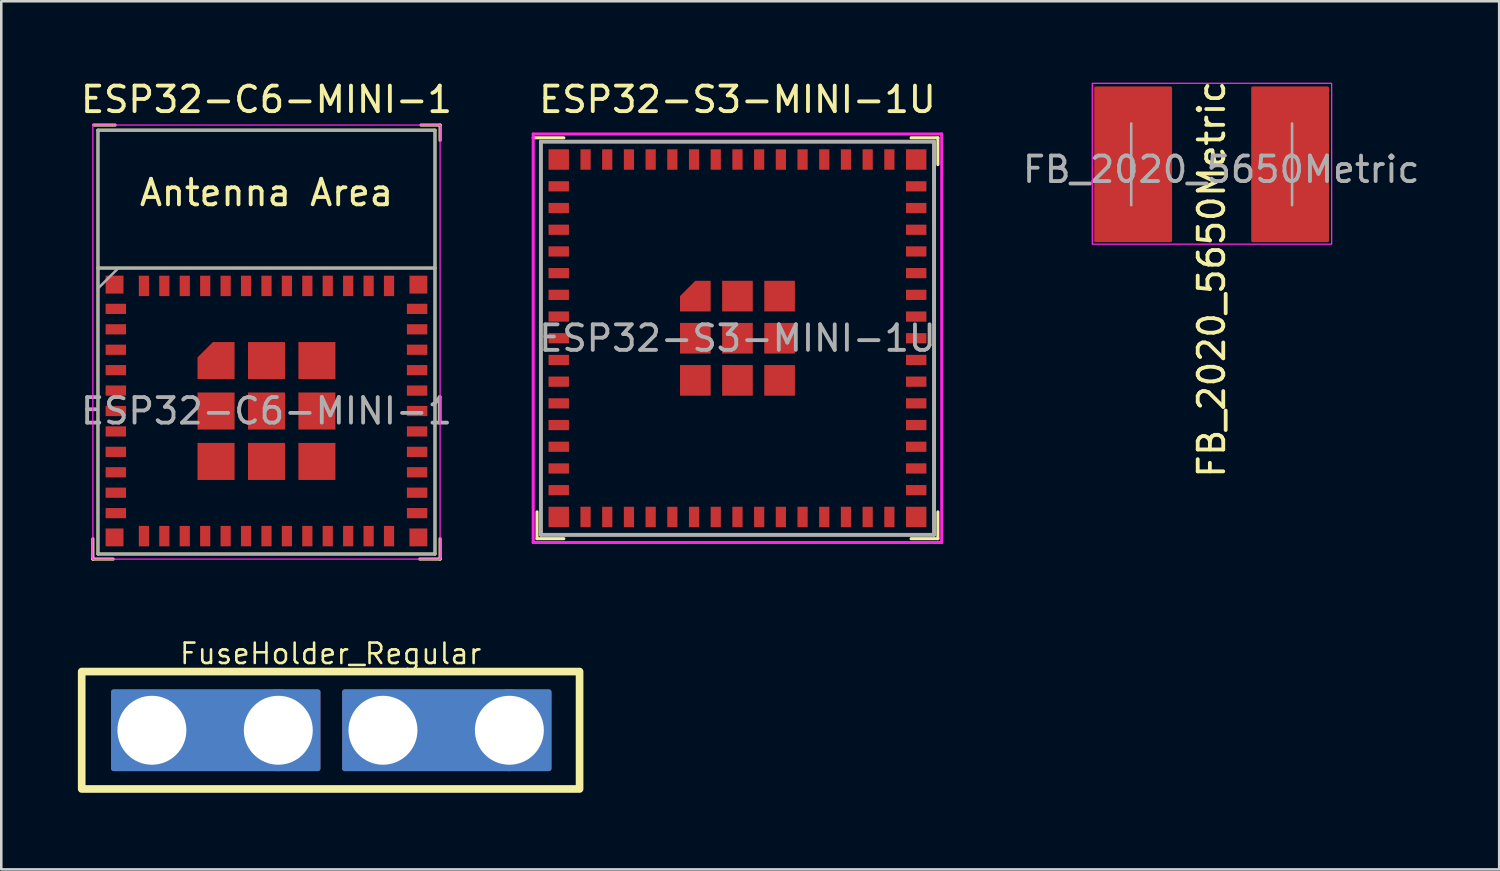
<source format=kicad_pcb>
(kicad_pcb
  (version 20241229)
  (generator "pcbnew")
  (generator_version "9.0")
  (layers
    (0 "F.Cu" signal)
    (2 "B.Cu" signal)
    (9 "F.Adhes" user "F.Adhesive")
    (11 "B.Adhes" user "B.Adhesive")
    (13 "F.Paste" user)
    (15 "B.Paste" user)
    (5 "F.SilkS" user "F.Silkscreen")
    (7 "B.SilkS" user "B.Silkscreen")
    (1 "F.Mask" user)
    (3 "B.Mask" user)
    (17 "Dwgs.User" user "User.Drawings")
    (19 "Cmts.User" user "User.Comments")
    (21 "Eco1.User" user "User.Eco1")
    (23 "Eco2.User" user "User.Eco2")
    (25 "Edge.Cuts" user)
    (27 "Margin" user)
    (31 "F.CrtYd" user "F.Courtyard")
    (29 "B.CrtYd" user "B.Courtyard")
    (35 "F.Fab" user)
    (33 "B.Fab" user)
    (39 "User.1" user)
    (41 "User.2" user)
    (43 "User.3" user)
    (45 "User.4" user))
  (footprint "ESP32-C6-MINI-1"
    (layer "F.Cu")
    (at 7.387 10.348)
    (property "Reference" "ESP32-C6-MINI-1" (at 0 -9.5 0) (layer "F.SilkS") (effects (font (size 1 1) (thickness 0.15))))
    (attr smd)
    (fp_line (start -6.8 7.7) (end -6.8 8.5) (stroke (width 0.12) (type solid)) (layer "F.SilkS"))
    (fp_line (start -6.8 8.5) (end -6 8.5) (stroke (width 0.12) (type solid)) (layer "F.SilkS"))
    (fp_line (start -6.6 -8.3) (end 6.6 -8.3) (stroke (width 0.12) (type solid)) (layer "F.SilkS"))
    (fp_line (start -6.6 -2.9) (end 6.6 -2.9) (stroke (width 0.12) (type solid)) (layer "F.SilkS"))
    (fp_line (start -6.6 8.3) (end -6.6 -8.3) (stroke (width 0.12) (type solid)) (layer "F.SilkS"))
    (fp_line (start -5.925 -8.5) (end -6.775 -8.5) (stroke (width 0.12) (type solid)) (layer "F.SilkS"))
    (fp_line (start 6.05 -8.5) (end 6.8 -8.5) (stroke (width 0.12) (type solid)) (layer "F.SilkS"))
    (fp_line (start 6.6 -8.3) (end 6.6 8.3) (stroke (width 0.12) (type solid)) (layer "F.SilkS"))
    (fp_line (start 6.6 8.3) (end -6.6 8.3) (stroke (width 0.12) (type solid)) (layer "F.SilkS"))
    (fp_line (start 6.8 -8.5) (end 6.8 -7.9) (stroke (width 0.12) (type solid)) (layer "F.SilkS"))
    (fp_line (start 6.8 7.7) (end 6.8 8.5) (stroke (width 0.12) (type solid)) (layer "F.SilkS"))
    (fp_line (start 6.8 8.5) (end 6 8.5) (stroke (width 0.12) (type solid)) (layer "F.SilkS"))
    (fp_line (start -6.8 -8.5) (end 6.8 -8.5) (stroke (width 0.05) (type solid)) (layer "F.CrtYd"))
    (fp_line (start -6.8 8.5) (end -6.8 -8.5) (stroke (width 0.05) (type solid)) (layer "F.CrtYd"))
    (fp_line (start 6.8 -8.5) (end 6.8 8.5) (stroke (width 0.05) (type solid)) (layer "F.CrtYd"))
    (fp_line (start 6.8 8.5) (end -6.8 8.5) (stroke (width 0.05) (type solid)) (layer "F.CrtYd"))
    (fp_line (start -6.6 8.3) (end -6.6 -8.3) (stroke (width 0.1) (type solid)) (layer "F.Fab"))
    (fp_line (start -6.6 8.3) (end 6.6 8.3) (stroke (width 0.1) (type solid)) (layer "F.Fab"))
    (fp_line (start -5.8 -2.9) (end -6.6 -2.1) (stroke (width 0.1) (type solid)) (layer "F.Fab"))
    (fp_line (start 6.6 -8.3) (end -6.6 -8.3) (stroke (width 0.1) (type solid)) (layer "F.Fab"))
    (fp_line (start 6.6 -2.9) (end -6.6 -2.9) (stroke (width 0.1) (type solid)) (layer "F.Fab"))
    (fp_line (start 6.6 8.3) (end 6.6 -8.3) (stroke (width 0.1) (type solid)) (layer "F.Fab"))
    (fp_text user "Antenna Area" (at 0 -5.85 0) (layer "F.SilkS") (effects (font (size 1 1) (thickness 0.15))))
    (fp_text user "${REFERENCE}" (at 0 2.7 0) (layer "F.Fab") (effects (font (size 1 1) (thickness 0.15))))
    (pad "1" smd rect (at -5.9 -1.3 90) (size 0.4 0.8) (layers "F.Cu" "F.Mask" "F.Paste"))
    (pad "2" smd rect (at -5.9 -0.5 90) (size 0.4 0.8) (layers "F.Cu" "F.Mask" "F.Paste"))
    (pad "3" smd rect (at -5.9 0.3 90) (size 0.4 0.8) (layers "F.Cu" "F.Mask" "F.Paste"))
    (pad "4" smd rect (at -5.9 1.1 90) (size 0.4 0.8) (layers "F.Cu" "F.Mask" "F.Paste"))
    (pad "5" smd rect (at -5.9 1.9 90) (size 0.4 0.8) (layers "F.Cu" "F.Mask" "F.Paste"))
    (pad "6" smd rect (at -5.9 2.7 90) (size 0.4 0.8) (layers "F.Cu" "F.Mask" "F.Paste"))
    (pad "7" smd rect (at -5.9 3.5 90) (size 0.4 0.8) (layers "F.Cu" "F.Mask" "F.Paste"))
    (pad "8" smd rect (at -5.9 4.3 90) (size 0.4 0.8) (layers "F.Cu" "F.Mask" "F.Paste"))
    (pad "9" smd rect (at -5.9 5.1 90) (size 0.4 0.8) (layers "F.Cu" "F.Mask" "F.Paste"))
    (pad "10" smd rect (at -5.9 5.9 90) (size 0.4 0.8) (layers "F.Cu" "F.Mask" "F.Paste"))
    (pad "11" smd rect (at -5.9 6.7 90) (size 0.4 0.8) (layers "F.Cu" "F.Mask" "F.Paste"))
    (pad "12" smd rect (at -4.8 7.6) (size 0.4 0.8) (layers "F.Cu" "F.Mask" "F.Paste"))
    (pad "13" smd rect (at -4 7.6) (size 0.4 0.8) (layers "F.Cu" "F.Mask" "F.Paste"))
    (pad "14" smd rect (at -3.2 7.6) (size 0.4 0.8) (layers "F.Cu" "F.Mask" "F.Paste"))
    (pad "15" smd rect (at -2.4 7.6) (size 0.4 0.8) (layers "F.Cu" "F.Mask" "F.Paste"))
    (pad "16" smd rect (at -1.6 7.6) (size 0.4 0.8) (layers "F.Cu" "F.Mask" "F.Paste"))
    (pad "17" smd rect (at -0.8 7.6) (size 0.4 0.8) (layers "F.Cu" "F.Mask" "F.Paste"))
    (pad "18" smd rect (at 0 7.6) (size 0.4 0.8) (layers "F.Cu" "F.Mask" "F.Paste"))
    (pad "19" smd rect (at 0.8 7.6) (size 0.4 0.8) (layers "F.Cu" "F.Mask" "F.Paste"))
    (pad "20" smd rect (at 1.6 7.6) (size 0.4 0.8) (layers "F.Cu" "F.Mask" "F.Paste"))
    (pad "21" smd rect (at 2.4 7.6) (size 0.4 0.8) (layers "F.Cu" "F.Mask" "F.Paste"))
    (pad "22" smd rect (at 3.2 7.6) (size 0.4 0.8) (layers "F.Cu" "F.Mask" "F.Paste"))
    (pad "23" smd rect (at 4 7.6) (size 0.4 0.8) (layers "F.Cu" "F.Mask" "F.Paste"))
    (pad "24" smd rect (at 4.8 7.6) (size 0.4 0.8) (layers "F.Cu" "F.Mask" "F.Paste"))
    (pad "25" smd rect (at 5.9 6.7 90) (size 0.4 0.8) (layers "F.Cu" "F.Mask" "F.Paste"))
    (pad "26" smd rect (at 5.9 5.9 90) (size 0.4 0.8) (layers "F.Cu" "F.Mask" "F.Paste"))
    (pad "27" smd rect (at 5.9 5.1 90) (size 0.4 0.8) (layers "F.Cu" "F.Mask" "F.Paste"))
    (pad "28" smd rect (at 5.9 4.3 90) (size 0.4 0.8) (layers "F.Cu" "F.Mask" "F.Paste"))
    (pad "29" smd rect (at 5.9 3.5 90) (size 0.4 0.8) (layers "F.Cu" "F.Mask" "F.Paste"))
    (pad "30" smd rect (at 5.9 2.7 90) (size 0.4 0.8) (layers "F.Cu" "F.Mask" "F.Paste"))
    (pad "31" smd rect (at 5.9 1.9 90) (size 0.4 0.8) (layers "F.Cu" "F.Mask" "F.Paste"))
    (pad "32" smd rect (at 5.9 1.1 90) (size 0.4 0.8) (layers "F.Cu" "F.Mask" "F.Paste"))
    (pad "33" smd rect (at 5.9 0.3 90) (size 0.4 0.8) (layers "F.Cu" "F.Mask" "F.Paste"))
    (pad "34" smd rect (at 5.9 -0.5 90) (size 0.4 0.8) (layers "F.Cu" "F.Mask" "F.Paste"))
    (pad "35" smd rect (at 5.9 -1.3 90) (size 0.4 0.8) (layers "F.Cu" "F.Mask" "F.Paste"))
    (pad "36" smd rect (at 4.8 -2.2) (size 0.4 0.8) (layers "F.Cu" "F.Mask" "F.Paste"))
    (pad "37" smd rect (at 4 -2.2) (size 0.4 0.8) (layers "F.Cu" "F.Mask" "F.Paste"))
    (pad "38" smd rect (at 3.2 -2.2) (size 0.4 0.8) (layers "F.Cu" "F.Mask" "F.Paste"))
    (pad "39" smd rect (at 2.4 -2.2) (size 0.4 0.8) (layers "F.Cu" "F.Mask" "F.Paste"))
    (pad "40" smd rect (at 1.6 -2.2) (size 0.4 0.8) (layers "F.Cu" "F.Mask" "F.Paste"))
    (pad "41" smd rect (at 0.8 -2.2) (size 0.4 0.8) (layers "F.Cu" "F.Mask" "F.Paste"))
    (pad "42" smd rect (at 0 -2.2) (size 0.4 0.8) (layers "F.Cu" "F.Mask" "F.Paste"))
    (pad "43" smd rect (at -0.8 -2.2) (size 0.4 0.8) (layers "F.Cu" "F.Mask" "F.Paste"))
    (pad "44" smd rect (at -1.6 -2.2) (size 0.4 0.8) (layers "F.Cu" "F.Mask" "F.Paste"))
    (pad "45" smd rect (at -2.4 -2.2) (size 0.4 0.8) (layers "F.Cu" "F.Mask" "F.Paste"))
    (pad "46" smd rect (at -3.2 -2.2) (size 0.4 0.8) (layers "F.Cu" "F.Mask" "F.Paste"))
    (pad "47" smd rect (at -4 -2.2) (size 0.4 0.8) (layers "F.Cu" "F.Mask" "F.Paste"))
    (pad "48" smd rect (at -4.8 -2.2) (size 0.4 0.8) (layers "F.Cu" "F.Mask" "F.Paste"))
    (pad "49" smd custom (at -1.975 0.725) (size 0.8 0.8) (layers "F.Cu" "F.Mask" "F.Paste") (options (anchor rect)) (primitives (gr_poly (pts (xy 0.725 0.725) (xy -0.725 0.725) (xy -0.725 -0.125) (xy -0.125 -0.725) (xy 0.725 -0.725)) (width 0) (fill yes))))
    (pad "49" smd rect (at -1.975 2.7 90) (size 1.45 1.45) (layers "F.Cu" "F.Mask" "F.Paste"))
    (pad "49" smd rect (at -1.975 4.675 90) (size 1.45 1.45) (layers "F.Cu" "F.Mask" "F.Paste"))
    (pad "49" smd rect (at 0 0.725 90) (size 1.45 1.45) (layers "F.Cu" "F.Mask" "F.Paste"))
    (pad "49" smd rect (at 0 2.7 90) (size 1.45 1.45) (layers "F.Cu" "F.Mask" "F.Paste"))
    (pad "49" smd rect (at 0 4.675 90) (size 1.45 1.45) (layers "F.Cu" "F.Mask" "F.Paste"))
    (pad "49" smd rect (at 1.975 0.725 90) (size 1.45 1.45) (layers "F.Cu" "F.Mask" "F.Paste"))
    (pad "49" smd rect (at 1.975 2.7 90) (size 1.45 1.45) (layers "F.Cu" "F.Mask" "F.Paste"))
    (pad "49" smd rect (at 1.975 4.675 90) (size 1.45 1.45) (layers "F.Cu" "F.Mask" "F.Paste"))
    (pad "50" smd rect (at 5.95 -2.25 90) (size 0.7 0.7) (layers "F.Cu" "F.Mask" "F.Paste"))
    (pad "51" smd rect (at 5.95 7.65 90) (size 0.7 0.7) (layers "F.Cu" "F.Mask" "F.Paste"))
    (pad "52" smd rect (at -5.95 7.65 90) (size 0.7 0.7) (layers "F.Cu" "F.Mask" "F.Paste"))
    (pad "53" smd rect (at -5.95 -2.25 90) (size 0.7 0.7) (layers "F.Cu" "F.Mask" "F.Paste"))
    (zone (net_name "") (layers "F.Cu" "B.Cu") (name "antenna keepout") (hatch edge 0.508) (connect_pads) (min_thickness 0.254) (filled_areas_thickness no) (keepout (tracks not_allowed) (vias not_allowed) (pads not_allowed) (copperpour not_allowed) (footprints not_allowed)) (placement (enabled no)) (fill) (polygon (pts (xy 13.987 7.448) (xy 0.787 7.448) (xy 0.787 2.048) (xy 13.987 2.048)))))
  (footprint "FuseHolder_Regular"
    (layer "F.Cu")
    (at 9.9 25.552)
    (property "Reference" "FuseHolder_Regular" (at 0 -3 0) (unlocked yes) (layer "F.SilkS") (effects (font (size 0.8 0.8) (thickness 0.1))))
    (attr through_hole)
    (fp_rect (start -9.75 -2.3) (end 9.75 2.3) (stroke (width 0.3) (type solid)) (fill no) (layer "F.SilkS"))
    (pad "1" thru_hole custom (at -7 0) (size 3.2 3.2) (drill 2.7) (layers "*.Cu" "*.Mask") (options (anchor circle)) (primitives (gr_rect (start -1.5 -1.5) (end 6.5 1.5) (width 0.2) (fill yes))))
    (pad "1" thru_hole circle (at -2.05 0) (size 3.2 3.2) (drill 2.7) (layers "*.Cu" "*.Mask"))
    (pad "2" thru_hole custom (at 2.05 0) (size 3.2 3.2) (drill 2.7) (layers "*.Cu" "*.Mask") (options (anchor circle)) (primitives (gr_rect (start -1.5 -1.5) (end 6.5 1.5) (width 0.2) (fill yes))))
    (pad "2" thru_hole circle (at 7 0) (size 3.2 3.2) (drill 2.7) (layers "*.Cu" "*.Mask")))
  (footprint "ESP32-S3-MINI-1U"
    (layer "F.Cu")
    (at 25.834 10.198)
    (property "Reference" "ESP32-S3-MINI-1U" (at 0 -9.35 0) (layer "F.SilkS") (effects (font (size 1 1) (thickness 0.15))))
    (attr smd)
    (fp_line (start -7.85 7.85) (end -7.85 6.8) (stroke (width 0.12) (type solid)) (layer "F.SilkS"))
    (fp_line (start -7.7 -7.7) (end 7.7 -7.7) (stroke (width 0.12) (type solid)) (layer "F.SilkS"))
    (fp_line (start -7.7 7.7) (end -7.7 -7.7) (stroke (width 0.12) (type solid)) (layer "F.SilkS"))
    (fp_line (start -6.8 -7.85) (end -8 -7.85) (stroke (width 0.12) (type solid)) (layer "F.SilkS"))
    (fp_line (start -6.8 7.85) (end -7.85 7.85) (stroke (width 0.12) (type solid)) (layer "F.SilkS"))
    (fp_line (start 6.8 -7.85) (end 7.85 -7.85) (stroke (width 0.12) (type solid)) (layer "F.SilkS"))
    (fp_line (start 6.8 7.85) (end 7.85 7.85) (stroke (width 0.12) (type solid)) (layer "F.SilkS"))
    (fp_line (start 7.7 -7.7) (end 7.7 7.7) (stroke (width 0.12) (type solid)) (layer "F.SilkS"))
    (fp_line (start 7.7 7.7) (end -7.7 7.7) (stroke (width 0.12) (type solid)) (layer "F.SilkS"))
    (fp_line (start 7.85 -7.85) (end 7.85 -6.8) (stroke (width 0.12) (type solid)) (layer "F.SilkS"))
    (fp_line (start 7.85 7.85) (end 7.85 6.8) (stroke (width 0.12) (type solid)) (layer "F.SilkS"))
    (fp_line (start -8 -8) (end -8 8) (stroke (width 0.12) (type solid)) (layer "F.CrtYd"))
    (fp_line (start -8 8) (end 8 8) (stroke (width 0.12) (type solid)) (layer "F.CrtYd"))
    (fp_line (start 8 -8) (end -8 -8) (stroke (width 0.12) (type solid)) (layer "F.CrtYd"))
    (fp_line (start 8 8) (end 8 -8) (stroke (width 0.12) (type solid)) (layer "F.CrtYd"))
    (fp_line (start -7.7 -7.7) (end -7.7 7.7) (stroke (width 0.15) (type solid)) (layer "F.Fab"))
    (fp_line (start -7.7 7.7) (end 7.7 7.7) (stroke (width 0.15) (type solid)) (layer "F.Fab"))
    (fp_line (start 7.7 -7.7) (end -7.7 -7.7) (stroke (width 0.15) (type solid)) (layer "F.Fab"))
    (fp_line (start 7.7 7.7) (end 7.7 -7.7) (stroke (width 0.15) (type solid)) (layer "F.Fab"))
    (fp_text user "${REFERENCE}" (at 0 0 0) (layer "F.Fab") (effects (font (size 1 1) (thickness 0.15))))
    (pad "1" smd rect (at -7 -5.95 90) (size 0.4 0.8) (layers "F.Cu" "F.Mask" "F.Paste"))
    (pad "2" smd rect (at -7 -5.1 90) (size 0.4 0.8) (layers "F.Cu" "F.Mask" "F.Paste"))
    (pad "3" smd rect (at -7 -4.25 90) (size 0.4 0.8) (layers "F.Cu" "F.Mask" "F.Paste"))
    (pad "4" smd rect (at -7 -3.4 90) (size 0.4 0.8) (layers "F.Cu" "F.Mask" "F.Paste"))
    (pad "5" smd rect (at -7 -2.55 90) (size 0.4 0.8) (layers "F.Cu" "F.Mask" "F.Paste"))
    (pad "6" smd rect (at -7 -1.7 90) (size 0.4 0.8) (layers "F.Cu" "F.Mask" "F.Paste"))
    (pad "7" smd rect (at -7 -0.85 90) (size 0.4 0.8) (layers "F.Cu" "F.Mask" "F.Paste"))
    (pad "8" smd rect (at -7 0 90) (size 0.4 0.8) (layers "F.Cu" "F.Mask" "F.Paste"))
    (pad "9" smd rect (at -7 0.85 90) (size 0.4 0.8) (layers "F.Cu" "F.Mask" "F.Paste"))
    (pad "10" smd rect (at -7 1.7 90) (size 0.4 0.8) (layers "F.Cu" "F.Mask" "F.Paste"))
    (pad "11" smd rect (at -7 2.55 90) (size 0.4 0.8) (layers "F.Cu" "F.Mask" "F.Paste"))
    (pad "12" smd rect (at -7 3.4 90) (size 0.4 0.8) (layers "F.Cu" "F.Mask" "F.Paste"))
    (pad "13" smd rect (at -7 4.25 90) (size 0.4 0.8) (layers "F.Cu" "F.Mask" "F.Paste"))
    (pad "14" smd rect (at -7 5.1 90) (size 0.4 0.8) (layers "F.Cu" "F.Mask" "F.Paste"))
    (pad "15" smd rect (at -7 5.95 90) (size 0.4 0.8) (layers "F.Cu" "F.Mask" "F.Paste"))
    (pad "16" smd rect (at -5.95 7) (size 0.4 0.8) (layers "F.Cu" "F.Mask" "F.Paste"))
    (pad "17" smd rect (at -5.1 7) (size 0.4 0.8) (layers "F.Cu" "F.Mask" "F.Paste"))
    (pad "18" smd rect (at -4.25 7) (size 0.4 0.8) (layers "F.Cu" "F.Mask" "F.Paste"))
    (pad "19" smd rect (at -3.4 7) (size 0.4 0.8) (layers "F.Cu" "F.Mask" "F.Paste"))
    (pad "20" smd rect (at -2.55 7) (size 0.4 0.8) (layers "F.Cu" "F.Mask" "F.Paste"))
    (pad "21" smd rect (at -1.7 7) (size 0.4 0.8) (layers "F.Cu" "F.Mask" "F.Paste"))
    (pad "22" smd rect (at -0.85 7) (size 0.4 0.8) (layers "F.Cu" "F.Mask" "F.Paste"))
    (pad "23" smd rect (at 0 7) (size 0.4 0.8) (layers "F.Cu" "F.Mask" "F.Paste"))
    (pad "24" smd rect (at 0.85 7) (size 0.4 0.8) (layers "F.Cu" "F.Mask" "F.Paste"))
    (pad "25" smd rect (at 1.7 7) (size 0.4 0.8) (layers "F.Cu" "F.Mask" "F.Paste"))
    (pad "26" smd rect (at 2.55 7) (size 0.4 0.8) (layers "F.Cu" "F.Mask" "F.Paste"))
    (pad "27" smd rect (at 3.4 7) (size 0.4 0.8) (layers "F.Cu" "F.Mask" "F.Paste"))
    (pad "28" smd rect (at 4.25 7) (size 0.4 0.8) (layers "F.Cu" "F.Mask" "F.Paste"))
    (pad "29" smd rect (at 5.1 7) (size 0.4 0.8) (layers "F.Cu" "F.Mask" "F.Paste"))
    (pad "30" smd rect (at 5.95 7) (size 0.4 0.8) (layers "F.Cu" "F.Mask" "F.Paste"))
    (pad "31" smd rect (at 7 5.95 90) (size 0.4 0.8) (layers "F.Cu" "F.Mask" "F.Paste"))
    (pad "32" smd rect (at 7 5.1 90) (size 0.4 0.8) (layers "F.Cu" "F.Mask" "F.Paste"))
    (pad "33" smd rect (at 7 4.25 90) (size 0.4 0.8) (layers "F.Cu" "F.Mask" "F.Paste"))
    (pad "34" smd rect (at 7 3.4 90) (size 0.4 0.8) (layers "F.Cu" "F.Mask" "F.Paste"))
    (pad "35" smd rect (at 7 2.55 90) (size 0.4 0.8) (layers "F.Cu" "F.Mask" "F.Paste"))
    (pad "36" smd rect (at 7 1.7 90) (size 0.4 0.8) (layers "F.Cu" "F.Mask" "F.Paste"))
    (pad "37" smd rect (at 7 0.85 90) (size 0.4 0.8) (layers "F.Cu" "F.Mask" "F.Paste"))
    (pad "38" smd rect (at 7 0 90) (size 0.4 0.8) (layers "F.Cu" "F.Mask" "F.Paste"))
    (pad "39" smd rect (at 7 -0.85 90) (size 0.4 0.8) (layers "F.Cu" "F.Mask" "F.Paste"))
    (pad "40" smd rect (at 7 -1.7 90) (size 0.4 0.8) (layers "F.Cu" "F.Mask" "F.Paste"))
    (pad "41" smd rect (at 7 -2.55 90) (size 0.4 0.8) (layers "F.Cu" "F.Mask" "F.Paste"))
    (pad "42" smd rect (at 7 -3.4 90) (size 0.4 0.8) (layers "F.Cu" "F.Mask" "F.Paste"))
    (pad "43" smd rect (at 7 -4.25 90) (size 0.4 0.8) (layers "F.Cu" "F.Mask" "F.Paste"))
    (pad "44" smd rect (at 7 -5.1 90) (size 0.4 0.8) (layers "F.Cu" "F.Mask" "F.Paste"))
    (pad "45" smd rect (at 7 -5.95 90) (size 0.4 0.8) (layers "F.Cu" "F.Mask" "F.Paste"))
    (pad "46" smd rect (at 5.95 -7) (size 0.4 0.8) (layers "F.Cu" "F.Mask" "F.Paste"))
    (pad "47" smd rect (at 5.1 -7) (size 0.4 0.8) (layers "F.Cu" "F.Mask" "F.Paste"))
    (pad "48" smd rect (at 4.25 -7) (size 0.4 0.8) (layers "F.Cu" "F.Mask" "F.Paste"))
    (pad "49" smd rect (at 3.4 -7) (size 0.4 0.8) (layers "F.Cu" "F.Mask" "F.Paste"))
    (pad "50" smd rect (at 2.55 -7) (size 0.4 0.8) (layers "F.Cu" "F.Mask" "F.Paste"))
    (pad "51" smd rect (at 1.7 -7) (size 0.4 0.8) (layers "F.Cu" "F.Mask" "F.Paste"))
    (pad "52" smd rect (at 0.85 -7) (size 0.4 0.8) (layers "F.Cu" "F.Mask" "F.Paste"))
    (pad "53" smd rect (at 0 -7) (size 0.4 0.8) (layers "F.Cu" "F.Mask" "F.Paste"))
    (pad "54" smd rect (at -0.85 -7) (size 0.4 0.8) (layers "F.Cu" "F.Mask" "F.Paste"))
    (pad "55" smd rect (at -1.7 -7) (size 0.4 0.8) (layers "F.Cu" "F.Mask" "F.Paste"))
    (pad "56" smd rect (at -2.55 -7) (size 0.4 0.8) (layers "F.Cu" "F.Mask" "F.Paste"))
    (pad "57" smd rect (at -3.4 -7) (size 0.4 0.8) (layers "F.Cu" "F.Mask" "F.Paste"))
    (pad "58" smd rect (at -4.25 -7) (size 0.4 0.8) (layers "F.Cu" "F.Mask" "F.Paste"))
    (pad "59" smd rect (at -5.1 -7) (size 0.4 0.8) (layers "F.Cu" "F.Mask" "F.Paste"))
    (pad "60" smd rect (at -5.95 -7) (size 0.4 0.8) (layers "F.Cu" "F.Mask" "F.Paste"))
    (pad "61" smd custom (at -1.65 -1.65) (size 0.6 0.6) (layers "F.Cu" "F.Mask" "F.Paste") (options (anchor rect)) (primitives (gr_poly (pts (xy 0.6 0.6) (xy -0.6 0.6) (xy -0.6 0) (xy 0 -0.6) (xy 0.6 -0.6)) (width 0) (fill yes))))
    (pad "61" smd rect (at -1.65 0) (size 1.2 1.2) (layers "F.Cu" "F.Mask" "F.Paste"))
    (pad "61" smd rect (at -1.65 1.65) (size 1.2 1.2) (layers "F.Cu" "F.Mask" "F.Paste"))
    (pad "61" smd rect (at 0 -1.65) (size 1.2 1.2) (layers "F.Cu" "F.Mask" "F.Paste"))
    (pad "61" smd rect (at 0 0) (size 1.2 1.2) (layers "F.Cu" "F.Mask" "F.Paste"))
    (pad "61" smd rect (at 0 1.65) (size 1.2 1.2) (layers "F.Cu" "F.Mask" "F.Paste"))
    (pad "61" smd rect (at 1.65 -1.65) (size 1.2 1.2) (layers "F.Cu" "F.Mask" "F.Paste"))
    (pad "61" smd rect (at 1.65 0) (size 1.2 1.2) (layers "F.Cu" "F.Mask" "F.Paste"))
    (pad "61" smd rect (at 1.65 1.65) (size 1.2 1.2) (layers "F.Cu" "F.Mask" "F.Paste"))
    (pad "62" smd rect (at -7 -7 180) (size 0.8 0.8) (layers "F.Cu" "F.Mask" "F.Paste"))
    (pad "63" smd rect (at -7 7 180) (size 0.8 0.8) (layers "F.Cu" "F.Mask" "F.Paste"))
    (pad "64" smd rect (at 7 7 180) (size 0.8 0.8) (layers "F.Cu" "F.Mask" "F.Paste"))
    (pad "65" smd rect (at 7 -7 180) (size 0.8 0.8) (layers "F.Cu" "F.Mask" "F.Paste")))
  (footprint "FB_2020_5650Metric"
    (layer "F.Cu")
    (at 44.406 3.387)
    (property "Reference" "FB_2020_5650Metric" (at 0 4.5 90) (layer "F.SilkS") (effects (font (size 1 1) (thickness 0.15))))
    (attr smd)
    (fp_rect (start -4.675 -3.175) (end 4.7 3.125) (stroke (width 0.05) (type solid)) (fill no) (layer "F.CrtYd"))
    (fp_line (start -3.15 1.6) (end -3.15 -1.6) (stroke (width 0.1) (type solid)) (layer "F.Fab"))
    (fp_line (start 3.15 -1.6) (end 3.15 1.6) (stroke (width 0.1) (type solid)) (layer "F.Fab"))
    (fp_text user "${REFERENCE}" (at 0.375 0.2 0) (layer "F.Fab") (effects (font (size 1 1) (thickness 0.15))))
    (pad "1" smd roundrect (at -3.075 0) (size 3.05 6.1) (layers "F.Cu" "F.Mask" "F.Paste") (roundrect_rratio 0.02))
    (pad "2" smd roundrect (at 3.075 0) (size 3.05 6.1) (layers "F.Cu" "F.Mask" "F.Paste") (roundrect_rratio 0.02)))
  (gr_rect
    (start -3 -3)
    (end 55.668 31.002)
    (stroke (width 0.1) (type default))
    (fill no)
    (layer "Edge.Cuts")))
</source>
